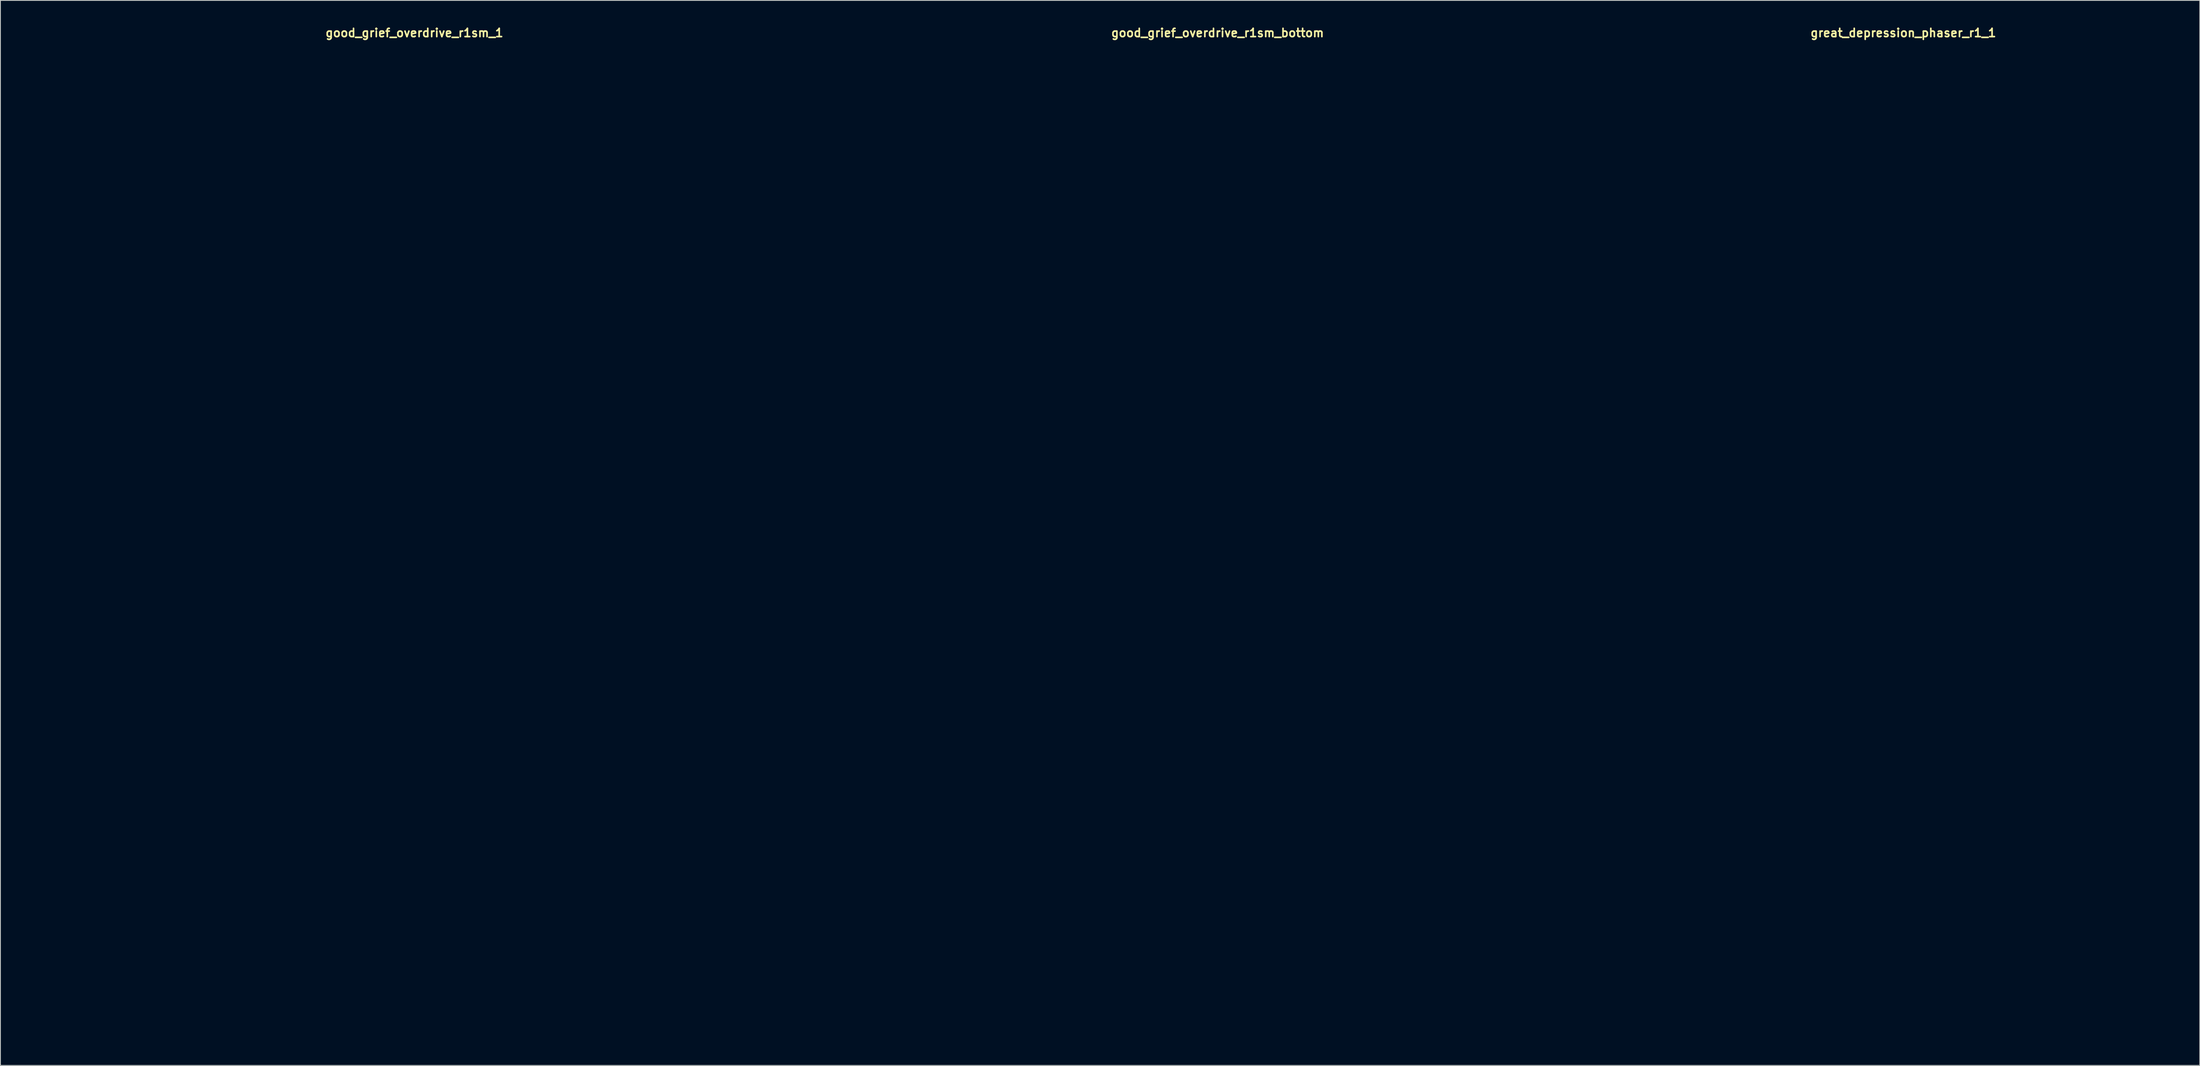
<source format=kicad_pcb>
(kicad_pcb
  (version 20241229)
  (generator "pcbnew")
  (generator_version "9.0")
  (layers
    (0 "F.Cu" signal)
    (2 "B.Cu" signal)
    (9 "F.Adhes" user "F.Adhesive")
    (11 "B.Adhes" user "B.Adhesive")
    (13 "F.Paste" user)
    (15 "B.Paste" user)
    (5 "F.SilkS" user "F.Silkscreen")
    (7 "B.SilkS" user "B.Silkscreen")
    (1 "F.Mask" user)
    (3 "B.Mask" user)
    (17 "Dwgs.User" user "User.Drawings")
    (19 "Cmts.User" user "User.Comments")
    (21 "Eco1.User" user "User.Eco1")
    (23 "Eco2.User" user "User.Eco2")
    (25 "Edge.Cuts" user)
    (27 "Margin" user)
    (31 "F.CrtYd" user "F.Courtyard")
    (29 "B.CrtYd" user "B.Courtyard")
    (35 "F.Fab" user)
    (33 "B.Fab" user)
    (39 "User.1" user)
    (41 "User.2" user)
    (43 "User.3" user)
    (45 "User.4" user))
  (footprint "good_grief_overdrive_r1sm_bottom"
    (layer "F.Cu")
    (at 144.6 61.515)
    (property "Reference" "good_grief_overdrive_r1sm_bottom" (at 0 -60.579 0) (layer "F.SilkS") (effects (font (size 1 1) (thickness 0.2))))
    (attr through_hole)
    (fp_line (start -47 -56.65) (end -47 56.65) (stroke (width 0.4) (type solid)) (layer "Eco1.User"))
    (fp_line (start -43.9 -59.75) (end 43.9 -59.75) (stroke (width 0.4) (type solid)) (layer "Eco1.User"))
    (fp_line (start -43.9 59.75) (end 43.9 59.75) (stroke (width 0.4) (type solid)) (layer "Eco1.User"))
    (fp_line (start 47 -56.65) (end 47 56.65) (stroke (width 0.4) (type solid)) (layer "Eco1.User"))
    (fp_arc (start -47 -56.65) (mid -46.092031 -58.842031) (end -43.9 -59.75) (stroke (width 0.4) (type solid)) (layer "Eco1.User"))
    (fp_arc (start -43.9 59.75) (mid -46.092031 58.842031) (end -47 56.65) (stroke (width 0.4) (type solid)) (layer "Eco1.User"))
    (fp_arc (start 43.9 -59.75) (mid 46.092031 -58.842031) (end 47 -56.65) (stroke (width 0.4) (type solid)) (layer "Eco1.User"))
    (fp_arc (start 47 56.65) (mid 46.092031 58.842031) (end 43.9 59.75) (stroke (width 0.4) (type solid)) (layer "Eco1.User"))
    (fp_circle (center -39.37 -5.08) (end -37.87 -5.08) (stroke (width 0.4) (type solid)) (fill no) (layer "Eco1.User"))
    (fp_circle (center -38.6 -51.35) (end -37.1 -51.35) (stroke (width 0.4) (type solid)) (fill no) (layer "Eco1.User"))
    (fp_circle (center -38.6 51.35) (end -37.1 51.35) (stroke (width 0.4) (type solid)) (fill no) (layer "Eco1.User"))
    (fp_circle (center -33.02 -31.55) (end -29.42 -31.55) (stroke (width 0.4) (type solid)) (fill no) (layer "Eco1.User"))
    (fp_circle (center -29.21 -52.07) (end -27.71 -52.07) (stroke (width 0.4) (type solid)) (fill no) (layer "Eco1.User"))
    (fp_circle (center -26.67 -5.08) (end -23.67 -5.08) (stroke (width 0.4) (type solid)) (fill no) (layer "Eco1.User"))
    (fp_circle (center -8.89 -52.07) (end -7.39 -52.07) (stroke (width 0.4) (type solid)) (fill no) (layer "Eco1.User"))
    (fp_circle (center 0 -31.55) (end 3.6 -31.55) (stroke (width 0.4) (type solid)) (fill no) (layer "Eco1.User"))
    (fp_circle (center 0 -5.08) (end 3 -5.08) (stroke (width 0.4) (type solid)) (fill no) (layer "Eco1.User"))
    (fp_circle (center 0 13.97) (end 2.65 13.97) (stroke (width 0.4) (type solid)) (fill no) (layer "Eco1.User"))
    (fp_circle (center 0 29.21) (end 6 29.21) (stroke (width 0.4) (type solid)) (fill no) (layer "Eco1.User"))
    (fp_circle (center 8.89 -52.07) (end 10.39 -52.07) (stroke (width 0.4) (type solid)) (fill no) (layer "Eco1.User"))
    (fp_circle (center 26.67 -5.08) (end 29.67 -5.08) (stroke (width 0.4) (type solid)) (fill no) (layer "Eco1.User"))
    (fp_circle (center 29.21 -52.07) (end 30.71 -52.07) (stroke (width 0.4) (type solid)) (fill no) (layer "Eco1.User"))
    (fp_circle (center 33.02 -31.55) (end 36.62 -31.55) (stroke (width 0.4) (type solid)) (fill no) (layer "Eco1.User"))
    (fp_circle (center 38.6 -51.35) (end 40.1 -51.35) (stroke (width 0.4) (type solid)) (fill no) (layer "Eco1.User"))
    (fp_circle (center 38.6 51.35) (end 40.1 51.35) (stroke (width 0.4) (type solid)) (fill no) (layer "Eco1.User"))
    (fp_circle (center 39.37 -5.08) (end 40.87 -5.08) (stroke (width 0.4) (type solid)) (fill no) (layer "Eco1.User")))
  (footprint "good_grief_overdrive_r1sm_1"
    (layer "F.Cu")
    (at 47.2 61.515)
    (property "Reference" "good_grief_overdrive_r1sm_1" (at 0 -60.579 0) (layer "F.SilkS") (effects (font (size 1 1) (thickness 0.2))))
    (attr through_hole)
    (fp_line (start -47 -56.65) (end -47 56.65) (stroke (width 0.4) (type solid)) (layer "Eco1.User"))
    (fp_line (start -43.9 -59.75) (end 43.9 -59.75) (stroke (width 0.4) (type solid)) (layer "Eco1.User"))
    (fp_line (start -43.9 59.75) (end 43.9 59.75) (stroke (width 0.4) (type solid)) (layer "Eco1.User"))
    (fp_line (start 47 -56.65) (end 47 56.65) (stroke (width 0.4) (type solid)) (layer "Eco1.User"))
    (fp_arc (start -47 -56.65) (mid -46.092031 -58.842031) (end -43.9 -59.75) (stroke (width 0.4) (type solid)) (layer "Eco1.User"))
    (fp_arc (start -43.9 59.75) (mid -46.092031 58.842031) (end -47 56.65) (stroke (width 0.4) (type solid)) (layer "Eco1.User"))
    (fp_arc (start 43.9 -59.75) (mid 46.092031 -58.842031) (end 47 -56.65) (stroke (width 0.4) (type solid)) (layer "Eco1.User"))
    (fp_arc (start 47 56.65) (mid 46.092031 58.842031) (end 43.9 59.75) (stroke (width 0.4) (type solid)) (layer "Eco1.User"))
    (fp_circle (center -39.37 -5.08) (end -37.87 -5.08) (stroke (width 0.4) (type solid)) (fill no) (layer "Eco1.User"))
    (fp_circle (center -39.37 -5.08) (end -35.87 -5.08) (stroke (width 0.4) (type solid)) (fill no) (layer "Eco1.User"))
    (fp_circle (center -38.6 -51.35) (end -37.1 -51.35) (stroke (width 0.4) (type solid)) (fill no) (layer "Eco1.User"))
    (fp_circle (center -38.6 -51.35) (end -35.1 -51.35) (stroke (width 0.4) (type solid)) (fill no) (layer "Eco1.User"))
    (fp_circle (center -38.6 51.35) (end -37.1 51.35) (stroke (width 0.4) (type solid)) (fill no) (layer "Eco1.User"))
    (fp_circle (center -38.6 51.35) (end -35.1 51.35) (stroke (width 0.4) (type solid)) (fill no) (layer "Eco1.User"))
    (fp_circle (center -33.02 -31.55) (end -29.42 -31.55) (stroke (width 0.4) (type solid)) (fill no) (layer "Eco1.User"))
    (fp_circle (center -33.02 -31.55) (end -23.52 -31.55) (stroke (width 0.4) (type solid)) (fill no) (layer "Eco1.User"))
    (fp_circle (center -29.21 -52.07) (end -27.71 -52.07) (stroke (width 0.4) (type solid)) (fill no) (layer "Eco1.User"))
    (fp_circle (center -29.21 -52.07) (end -25.71 -52.07) (stroke (width 0.4) (type solid)) (fill no) (layer "Eco1.User"))
    (fp_circle (center -26.67 -5.08) (end -23.67 -5.08) (stroke (width 0.4) (type solid)) (fill no) (layer "Eco1.User"))
    (fp_circle (center -8.89 -52.07) (end -7.39 -52.07) (stroke (width 0.4) (type solid)) (fill no) (layer "Eco1.User"))
    (fp_circle (center -8.89 -52.07) (end -5.39 -52.07) (stroke (width 0.4) (type solid)) (fill no) (layer "Eco1.User"))
    (fp_circle (center 0 -31.55) (end 3.6 -31.55) (stroke (width 0.4) (type solid)) (fill no) (layer "Eco1.User"))
    (fp_circle (center 0 -31.55) (end 9.5 -31.55) (stroke (width 0.4) (type solid)) (fill no) (layer "Eco1.User"))
    (fp_circle (center 0 -5.08) (end 3 -5.08) (stroke (width 0.4) (type solid)) (fill no) (layer "Eco1.User"))
    (fp_circle (center 0 13.97) (end 2.65 13.97) (stroke (width 0.4) (type solid)) (fill no) (layer "Eco1.User"))
    (fp_circle (center 0 29.21) (end 6 29.21) (stroke (width 0.4) (type solid)) (fill no) (layer "Eco1.User"))
    (fp_circle (center 0 29.21) (end 9.75 29.21) (stroke (width 0.4) (type solid)) (fill no) (layer "Eco1.User"))
    (fp_circle (center 8.89 -52.07) (end 10.39 -52.07) (stroke (width 0.4) (type solid)) (fill no) (layer "Eco1.User"))
    (fp_circle (center 8.89 -52.07) (end 12.39 -52.07) (stroke (width 0.4) (type solid)) (fill no) (layer "Eco1.User"))
    (fp_circle (center 26.67 -5.08) (end 29.67 -5.08) (stroke (width 0.4) (type solid)) (fill no) (layer "Eco1.User"))
    (fp_circle (center 29.21 -52.07) (end 30.71 -52.07) (stroke (width 0.4) (type solid)) (fill no) (layer "Eco1.User"))
    (fp_circle (center 29.21 -52.07) (end 32.71 -52.07) (stroke (width 0.4) (type solid)) (fill no) (layer "Eco1.User"))
    (fp_circle (center 33.02 -31.55) (end 36.62 -31.55) (stroke (width 0.4) (type solid)) (fill no) (layer "Eco1.User"))
    (fp_circle (center 33.02 -31.55) (end 42.52 -31.55) (stroke (width 0.4) (type solid)) (fill no) (layer "Eco1.User"))
    (fp_circle (center 38.6 -51.35) (end 40.1 -51.35) (stroke (width 0.4) (type solid)) (fill no) (layer "Eco1.User"))
    (fp_circle (center 38.6 -51.35) (end 42.1 -51.35) (stroke (width 0.4) (type solid)) (fill no) (layer "Eco1.User"))
    (fp_circle (center 38.6 51.35) (end 40.1 51.35) (stroke (width 0.4) (type solid)) (fill no) (layer "Eco1.User"))
    (fp_circle (center 38.6 51.35) (end 42.1 51.35) (stroke (width 0.4) (type solid)) (fill no) (layer "Eco1.User"))
    (fp_circle (center 39.37 -5.08) (end 40.87 -5.08) (stroke (width 0.4) (type solid)) (fill no) (layer "Eco1.User"))
    (fp_circle (center 39.37 -5.08) (end 42.87 -5.08) (stroke (width 0.4) (type solid)) (fill no) (layer "Eco1.User"))
    (fp_line (start -47 -59.75) (end -47 59.75) (stroke (width 0.4) (type solid)) (layer "Eco2.User"))
    (fp_line (start -47 -59.75) (end 47 -59.75) (stroke (width 0.4) (type solid)) (layer "Eco2.User"))
    (fp_line (start -47 59.75) (end 47 59.75) (stroke (width 0.4) (type solid)) (layer "Eco2.User"))
    (fp_line (start -26.67 0) (end -26.67 3.81) (stroke (width 0.5) (type solid)) (layer "Eco2.User"))
    (fp_line (start -5.715 -45.72) (end -4.445 -45.72) (stroke (width 0.25) (type solid)) (layer "Eco2.User"))
    (fp_line (start -5.08 -46.355) (end -5.08 -45.085) (stroke (width 0.25) (type solid)) (layer "Eco2.User"))
    (fp_line (start -3.81 -45.72) (end -1.27 -45.72) (stroke (width 0.5) (type solid)) (layer "Eco2.User"))
    (fp_line (start -1.905 4.445) (end -1.905 8.255) (stroke (width 0.5) (type solid)) (layer "Eco2.User"))
    (fp_line (start 0 -45.72) (end 3.81 -45.72) (stroke (width 0.5) (type solid)) (layer "Eco2.User"))
    (fp_line (start 1.905 4.445) (end 1.905 8.255) (stroke (width 0.5) (type solid)) (layer "Eco2.User"))
    (fp_line (start 4.445 -45.72) (end 5.715 -45.72) (stroke (width 0.25) (type solid)) (layer "Eco2.User"))
    (fp_line (start 47 -59.75) (end 47 59.75) (stroke (width 0.4) (type solid)) (layer "Eco2.User"))
    (fp_arc (start 0 -44.45) (mid -1.27 -45.72) (end 0 -46.99) (stroke (width 0.5) (type solid)) (layer "Eco2.User"))
    (fp_circle (center -5.08 -45.72) (end -3.81 -45.72) (stroke (width 0.5) (type solid)) (fill no) (layer "Eco2.User"))
    (fp_circle (center 0 -45.72) (end 0.25 -45.72) (stroke (width 0.5) (type solid)) (fill no) (layer "Eco2.User"))
    (fp_circle (center 5.08 -45.72) (end 6.35 -45.72) (stroke (width 0.5) (type solid)) (fill no) (layer "Eco2.User"))
    (fp_poly (pts (xy -19.05 -46.99) (xy -20.32 -44.45) (xy -17.78 -44.45)) (stroke (width 0.5) (type solid)) (fill no) (layer "Eco2.User"))
    (fp_poly (pts (xy 19.05 -44.45) (xy 17.78 -46.99) (xy 20.32 -46.99)) (stroke (width 0.5) (type solid)) (fill no) (layer "Eco2.User"))
    (fp_text user "TONE" (at 0 -18.415 0) (unlocked yes) (layer "Eco2.User") (effects (font (size 3 3) (thickness 0.5))))
    (fp_text user "OUT" (at -19.05 -52.07 0) (unlocked yes) (layer "Eco2.User") (effects (font (size 3 3) (thickness 0.5))))
    (fp_text user "IN" (at 19.05 -52.07 0) (unlocked yes) (layer "Eco2.User") (effects (font (size 3 3) (thickness 0.5))))
    (fp_text user "VOLUME" (at -33.02 -18.415 0) (unlocked yes) (layer "Eco2.User") (effects (font (size 3 3) (thickness 0.5))))
    (fp_text user "N" (at 0 6.35 0) (unlocked yes) (layer "Eco2.User") (effects (font (size 2.5 2.5) (thickness 0.5))))
    (fp_text user "9V" (at 0 -52.07 0) (unlocked yes) (layer "Eco2.User") (effects (font (size 3 3) (thickness 0.5))))
    (fp_text user "BRIGHT" (at -26.035 1.905 0) (unlocked yes) (layer "Eco2.User") (effects (font (size 2.5 2.5) (thickness 0.5)) (justify left)))
    (fp_text user "NORMAL" (at -27.305 1.905 0) (unlocked yes) (layer "Eco2.User") (effects (font (size 2.5 2.5) (thickness 0.5)) (justify right)))
    (fp_text user "DRIVE" (at 33.02 -18.415 0) (unlocked yes) (layer "Eco2.User") (effects (font (size 3 3) (thickness 0.5))))
    (fp_text user "VOICE" (at 0 1.905 0) (unlocked yes) (layer "Eco2.User") (effects (font (size 2.5 2.5) (thickness 0.5))))
    (fp_text user "BANDWIDTH" (at 26.67 1.905 0) (unlocked yes) (layer "Eco2.User") (effects (font (size 2.5 2.5) (thickness 0.5))))
    (fp_text user "-ТТКРЧПДЛ-\nGOOD GRIEF OVERDRIVE\nREV. 1" (at 0 48.26 0) (unlocked yes) (layer "Eco2.User") (effects (font (size 3 3) (thickness 0.5))))
    (fp_text user "MF" (at -2.54 6.35 0) (unlocked yes) (layer "Eco2.User") (effects (font (size 2.5 2.5) (thickness 0.5)) (justify right)))
    (fp_text user "Si" (at 2.54 6.35 0) (unlocked yes) (layer "Eco2.User") (effects (font (size 2.5 2.5) (thickness 0.5)) (justify left))))
  (footprint "great_depression_phaser_r1_1"
    (layer "F.Cu")
    (at 227.75 62.404)
    (property "Reference" "great_depression_phaser_r1_1" (at 0 -61.468 0) (layer "F.SilkS") (effects (font (size 1 1) (thickness 0.2))))
    (attr through_hole)
    (fp_line (start -32.75 -60.6) (end -32.75 60.6) (stroke (width 0.4) (type solid)) (layer "Eco1.User"))
    (fp_line (start -32.75 -60.6) (end 32.75 -60.6) (stroke (width 0.4) (type solid)) (layer "Eco1.User"))
    (fp_line (start -32.75 60.6) (end 32.75 60.6) (stroke (width 0.4) (type solid)) (layer "Eco1.User"))
    (fp_line (start -31.15 -59) (end -31.15 59) (stroke (width 0.4) (type solid)) (layer "Eco1.User"))
    (fp_line (start -31.15 -59) (end 31.15 -59) (stroke (width 0.4) (type solid)) (layer "Eco1.User"))
    (fp_line (start -31.15 59) (end 31.15 59) (stroke (width 0.4) (type solid)) (layer "Eco1.User"))
    (fp_line (start 31.15 -59) (end 31.15 59) (stroke (width 0.4) (type solid)) (layer "Eco1.User"))
    (fp_line (start 32.75 -60.6) (end 32.75 60.6) (stroke (width 0.4) (type solid)) (layer "Eco1.User"))
    (fp_circle (center -24.57 -1.27) (end -23.07 -1.27) (stroke (width 0.4) (type solid)) (fill no) (layer "Eco1.User"))
    (fp_circle (center -24.57 -1.27) (end -21.07 -1.27) (stroke (width 0.4) (type solid)) (fill no) (layer "Eco1.User"))
    (fp_circle (center -15.24 -31.55) (end -11.54 -31.55) (stroke (width 0.4) (type solid)) (fill no) (layer "Eco1.User"))
    (fp_circle (center -15.24 -31.55) (end -5.14 -31.55) (stroke (width 0.4) (type solid)) (fill no) (layer "Eco1.User"))
    (fp_circle (center 0 35.56) (end 6.5 35.56) (stroke (width 0.4) (type solid)) (fill no) (layer "Eco1.User"))
    (fp_circle (center 0 35.56) (end 9.75 35.56) (stroke (width 0.4) (type solid)) (fill no) (layer "Eco1.User"))
    (fp_circle (center 0 52.07) (end 2.65 52.07) (stroke (width 0.4) (type solid)) (fill no) (layer "Eco1.User"))
    (fp_circle (center 15.24 -31.55) (end 18.94 -31.55) (stroke (width 0.4) (type solid)) (fill no) (layer "Eco1.User"))
    (fp_circle (center 15.24 -31.55) (end 25.34 -31.55) (stroke (width 0.4) (type solid)) (fill no) (layer "Eco1.User"))
    (fp_circle (center 24.57 -1.27) (end 26.07 -1.27) (stroke (width 0.4) (type solid)) (fill no) (layer "Eco1.User"))
    (fp_circle (center 24.57 -1.27) (end 28.07 -1.27) (stroke (width 0.4) (type solid)) (fill no) (layer "Eco1.User")))
  (gr_rect
    (start -3 -3)
    (end 263.7 126.204)
    (stroke (width 0.1) (type default))
    (fill no)
    (layer "Edge.Cuts")))
</source>
